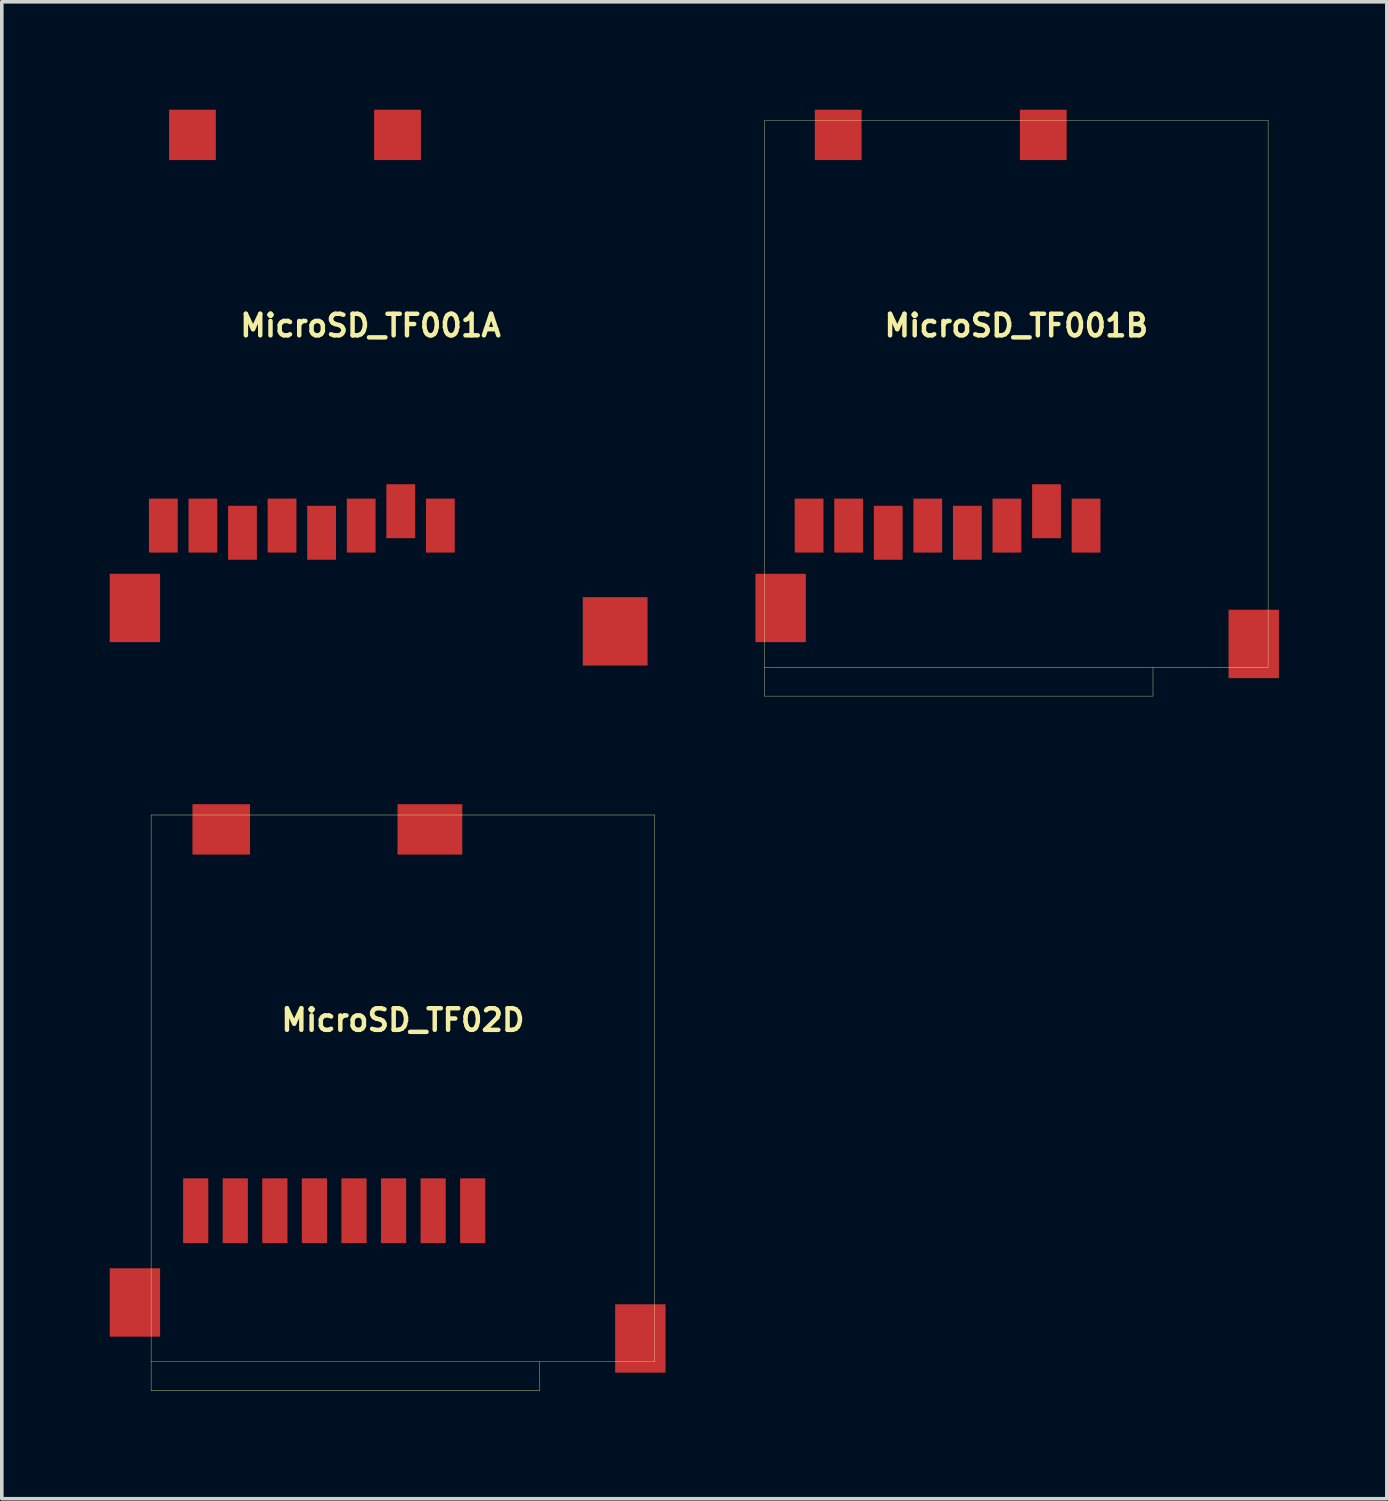
<source format=kicad_pcb>
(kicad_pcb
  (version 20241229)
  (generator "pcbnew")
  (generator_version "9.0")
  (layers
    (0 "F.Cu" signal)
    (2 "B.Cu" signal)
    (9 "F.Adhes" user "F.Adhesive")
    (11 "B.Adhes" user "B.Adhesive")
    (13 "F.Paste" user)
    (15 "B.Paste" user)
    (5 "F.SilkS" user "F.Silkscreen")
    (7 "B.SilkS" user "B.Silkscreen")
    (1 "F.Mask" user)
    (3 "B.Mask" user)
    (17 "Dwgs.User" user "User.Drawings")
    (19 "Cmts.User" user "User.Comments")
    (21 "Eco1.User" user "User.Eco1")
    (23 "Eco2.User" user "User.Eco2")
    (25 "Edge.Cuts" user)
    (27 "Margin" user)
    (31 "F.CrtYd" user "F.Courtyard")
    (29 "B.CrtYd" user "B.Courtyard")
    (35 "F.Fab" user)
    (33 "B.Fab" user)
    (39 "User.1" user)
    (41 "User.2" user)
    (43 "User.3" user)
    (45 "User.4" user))
  (footprint "MicroSD_TF001B"
    (layer "F.Cu")
    (at 25.2 0.3)
    (property "Reference" "MicroSD_TF001B" (at 0 5.7 0) (layer "F.SilkS") (effects (font (size 0.599 0.599) (thickness 0.124))))
    (attr through_hole)
    (fp_line (start -7 0) (end 7 0) (stroke (width 0.01) (type solid)) (layer "F.SilkS"))
    (fp_line (start -7 15.2) (end -7 0) (stroke (width 0.01) (type solid)) (layer "F.SilkS"))
    (fp_line (start -7 16) (end -7 15.2) (stroke (width 0.01) (type solid)) (layer "F.SilkS"))
    (fp_line (start 3.8 15.2) (end 3.8 16) (stroke (width 0.01) (type solid)) (layer "F.SilkS"))
    (fp_line (start 3.8 16) (end -7 16) (stroke (width 0.01) (type solid)) (layer "F.SilkS"))
    (fp_line (start 7 0) (end 7 15.2) (stroke (width 0.01) (type solid)) (layer "F.SilkS"))
    (fp_line (start 7 15.2) (end -7 15.2) (stroke (width 0.01) (type solid)) (layer "F.SilkS"))
    (pad "1" smd rect (at 1.94 11.26) (size 0.8 1.5) (layers "F.Cu" "F.Mask" "F.Paste"))
    (pad "2" smd rect (at 0.84 10.86) (size 0.8 1.5) (layers "F.Cu" "F.Mask" "F.Paste"))
    (pad "3" smd rect (at -0.26 11.26) (size 0.8 1.5) (layers "F.Cu" "F.Mask" "F.Paste"))
    (pad "4" smd rect (at -1.36 11.46) (size 0.8 1.5) (layers "F.Cu" "F.Mask" "F.Paste"))
    (pad "5" smd rect (at -2.46 11.26) (size 0.8 1.5) (layers "F.Cu" "F.Mask" "F.Paste"))
    (pad "6" smd rect (at -3.56 11.46) (size 0.8 1.5) (layers "F.Cu" "F.Mask" "F.Paste"))
    (pad "7" smd rect (at -4.66 11.26) (size 0.8 1.5) (layers "F.Cu" "F.Mask" "F.Paste"))
    (pad "8" smd rect (at -5.76 11.26) (size 0.8 1.5) (layers "F.Cu" "F.Mask" "F.Paste"))
    (pad "G" smd rect (at -6.55 13.55) (size 1.4 1.9) (layers "F.Cu" "F.Mask" "F.Paste"))
    (pad "G" smd rect (at 6.6 14.55) (size 1.4 1.9) (layers "F.Cu" "F.Mask" "F.Paste"))
    (pad "S" smd rect (at -4.95 0.4) (size 1.3 1.4) (layers "F.Cu" "F.Mask" "F.Paste"))
    (pad "S" smd rect (at 0.75 0.4) (size 1.3 1.4) (layers "F.Cu" "F.Mask" "F.Paste")))
  (footprint "MicroSD_TF02D"
    (layer "F.Cu")
    (at 8.15 19.605)
    (property "Reference" "MicroSD_TF02D" (at 0 5.7 0) (layer "F.SilkS") (effects (font (size 0.599 0.599) (thickness 0.124))))
    (attr through_hole)
    (fp_line (start -7 0) (end 7 0) (stroke (width 0.01) (type solid)) (layer "F.SilkS"))
    (fp_line (start -7 15.2) (end -7 0) (stroke (width 0.01) (type solid)) (layer "F.SilkS"))
    (fp_line (start -7 16) (end -7 15.2) (stroke (width 0.01) (type solid)) (layer "F.SilkS"))
    (fp_line (start 3.8 15.2) (end 3.8 16) (stroke (width 0.01) (type solid)) (layer "F.SilkS"))
    (fp_line (start 3.8 16) (end -7 16) (stroke (width 0.01) (type solid)) (layer "F.SilkS"))
    (fp_line (start 7 0) (end 7 15.2) (stroke (width 0.01) (type solid)) (layer "F.SilkS"))
    (fp_line (start 7 15.2) (end -7 15.2) (stroke (width 0.01) (type solid)) (layer "F.SilkS"))
    (pad "1" smd rect (at 1.94 11) (size 0.7 1.8) (layers "F.Cu" "F.Mask" "F.Paste"))
    (pad "2" smd rect (at 0.84 11) (size 0.7 1.8) (layers "F.Cu" "F.Mask" "F.Paste"))
    (pad "3" smd rect (at -0.26 11) (size 0.7 1.8) (layers "F.Cu" "F.Mask" "F.Paste"))
    (pad "4" smd rect (at -1.36 11) (size 0.7 1.8) (layers "F.Cu" "F.Mask" "F.Paste"))
    (pad "5" smd rect (at -2.46 11) (size 0.7 1.8) (layers "F.Cu" "F.Mask" "F.Paste"))
    (pad "6" smd rect (at -3.56 11) (size 0.7 1.8) (layers "F.Cu" "F.Mask" "F.Paste"))
    (pad "7" smd rect (at -4.66 11) (size 0.7 1.8) (layers "F.Cu" "F.Mask" "F.Paste"))
    (pad "8" smd rect (at -5.76 11) (size 0.7 1.8) (layers "F.Cu" "F.Mask" "F.Paste"))
    (pad "G" smd rect (at -7.45 13.55) (size 1.4 1.9) (layers "F.Cu" "F.Mask" "F.Paste"))
    (pad "G" smd rect (at 6.6 14.55) (size 1.4 1.9) (layers "F.Cu" "F.Mask" "F.Paste"))
    (pad "S" smd rect (at -5.05 0.4) (size 1.6 1.4) (layers "F.Cu" "F.Mask" "F.Paste"))
    (pad "S" smd rect (at 0.75 0.4) (size 1.8 1.4) (layers "F.Cu" "F.Mask" "F.Paste")))
  (footprint "MicroSD_TF001A"
    (layer "F.Cu")
    (at 7.25 0.3)
    (property "Reference" "MicroSD_TF001A" (at 0 5.7 0) (layer "F.SilkS") (effects (font (size 0.599 0.599) (thickness 0.124))))
    (attr smd)
    (fp_line (start -7 0) (end 7 0) (stroke (width 0.001) (type solid)) (layer "F.SilkS"))
    (fp_line (start -7 15.2) (end -7 0) (stroke (width 0.001) (type solid)) (layer "F.SilkS"))
    (fp_line (start -7 16) (end -7 15.2) (stroke (width 0.001) (type solid)) (layer "F.SilkS"))
    (fp_line (start 3.8 15.2) (end 3.8 16) (stroke (width 0.001) (type solid)) (layer "F.SilkS"))
    (fp_line (start 3.8 16) (end -7 16) (stroke (width 0.001) (type solid)) (layer "F.SilkS"))
    (fp_line (start 7 0) (end 7 15.2) (stroke (width 0.001) (type solid)) (layer "F.SilkS"))
    (fp_line (start 7 15.2) (end -7 15.2) (stroke (width 0.001) (type solid)) (layer "F.SilkS"))
    (pad "1" smd rect (at 1.94 11.26) (size 0.8 1.5) (layers "F.Cu" "F.Mask" "F.Paste"))
    (pad "2" smd rect (at 0.84 10.86) (size 0.8 1.5) (layers "F.Cu" "F.Mask" "F.Paste"))
    (pad "3" smd rect (at -0.26 11.26) (size 0.8 1.5) (layers "F.Cu" "F.Mask" "F.Paste"))
    (pad "4" smd rect (at -1.36 11.46) (size 0.8 1.5) (layers "F.Cu" "F.Mask" "F.Paste"))
    (pad "5" smd rect (at -2.46 11.26) (size 0.8 1.5) (layers "F.Cu" "F.Mask" "F.Paste"))
    (pad "6" smd rect (at -3.56 11.46) (size 0.8 1.5) (layers "F.Cu" "F.Mask" "F.Paste"))
    (pad "7" smd rect (at -4.66 11.26) (size 0.8 1.5) (layers "F.Cu" "F.Mask" "F.Paste"))
    (pad "8" smd rect (at -5.76 11.26) (size 0.8 1.5) (layers "F.Cu" "F.Mask" "F.Paste"))
    (pad "G" smd rect (at -6.55 13.55) (size 1.4 1.9) (layers "F.Cu" "F.Mask" "F.Paste"))
    (pad "G" smd rect (at 6.8 14.2) (size 1.8 1.9) (layers "F.Cu" "F.Mask" "F.Paste"))
    (pad "S" smd rect (at -4.95 0.4) (size 1.3 1.4) (layers "F.Cu" "F.Mask" "F.Paste"))
    (pad "S" smd rect (at 0.75 0.4) (size 1.3 1.4) (layers "F.Cu" "F.Mask" "F.Paste")))
  (gr_rect
    (start -3 -3)
    (end 35.5 38.61)
    (stroke (width 0.1) (type default))
    (fill no)
    (layer "Edge.Cuts")))
</source>
